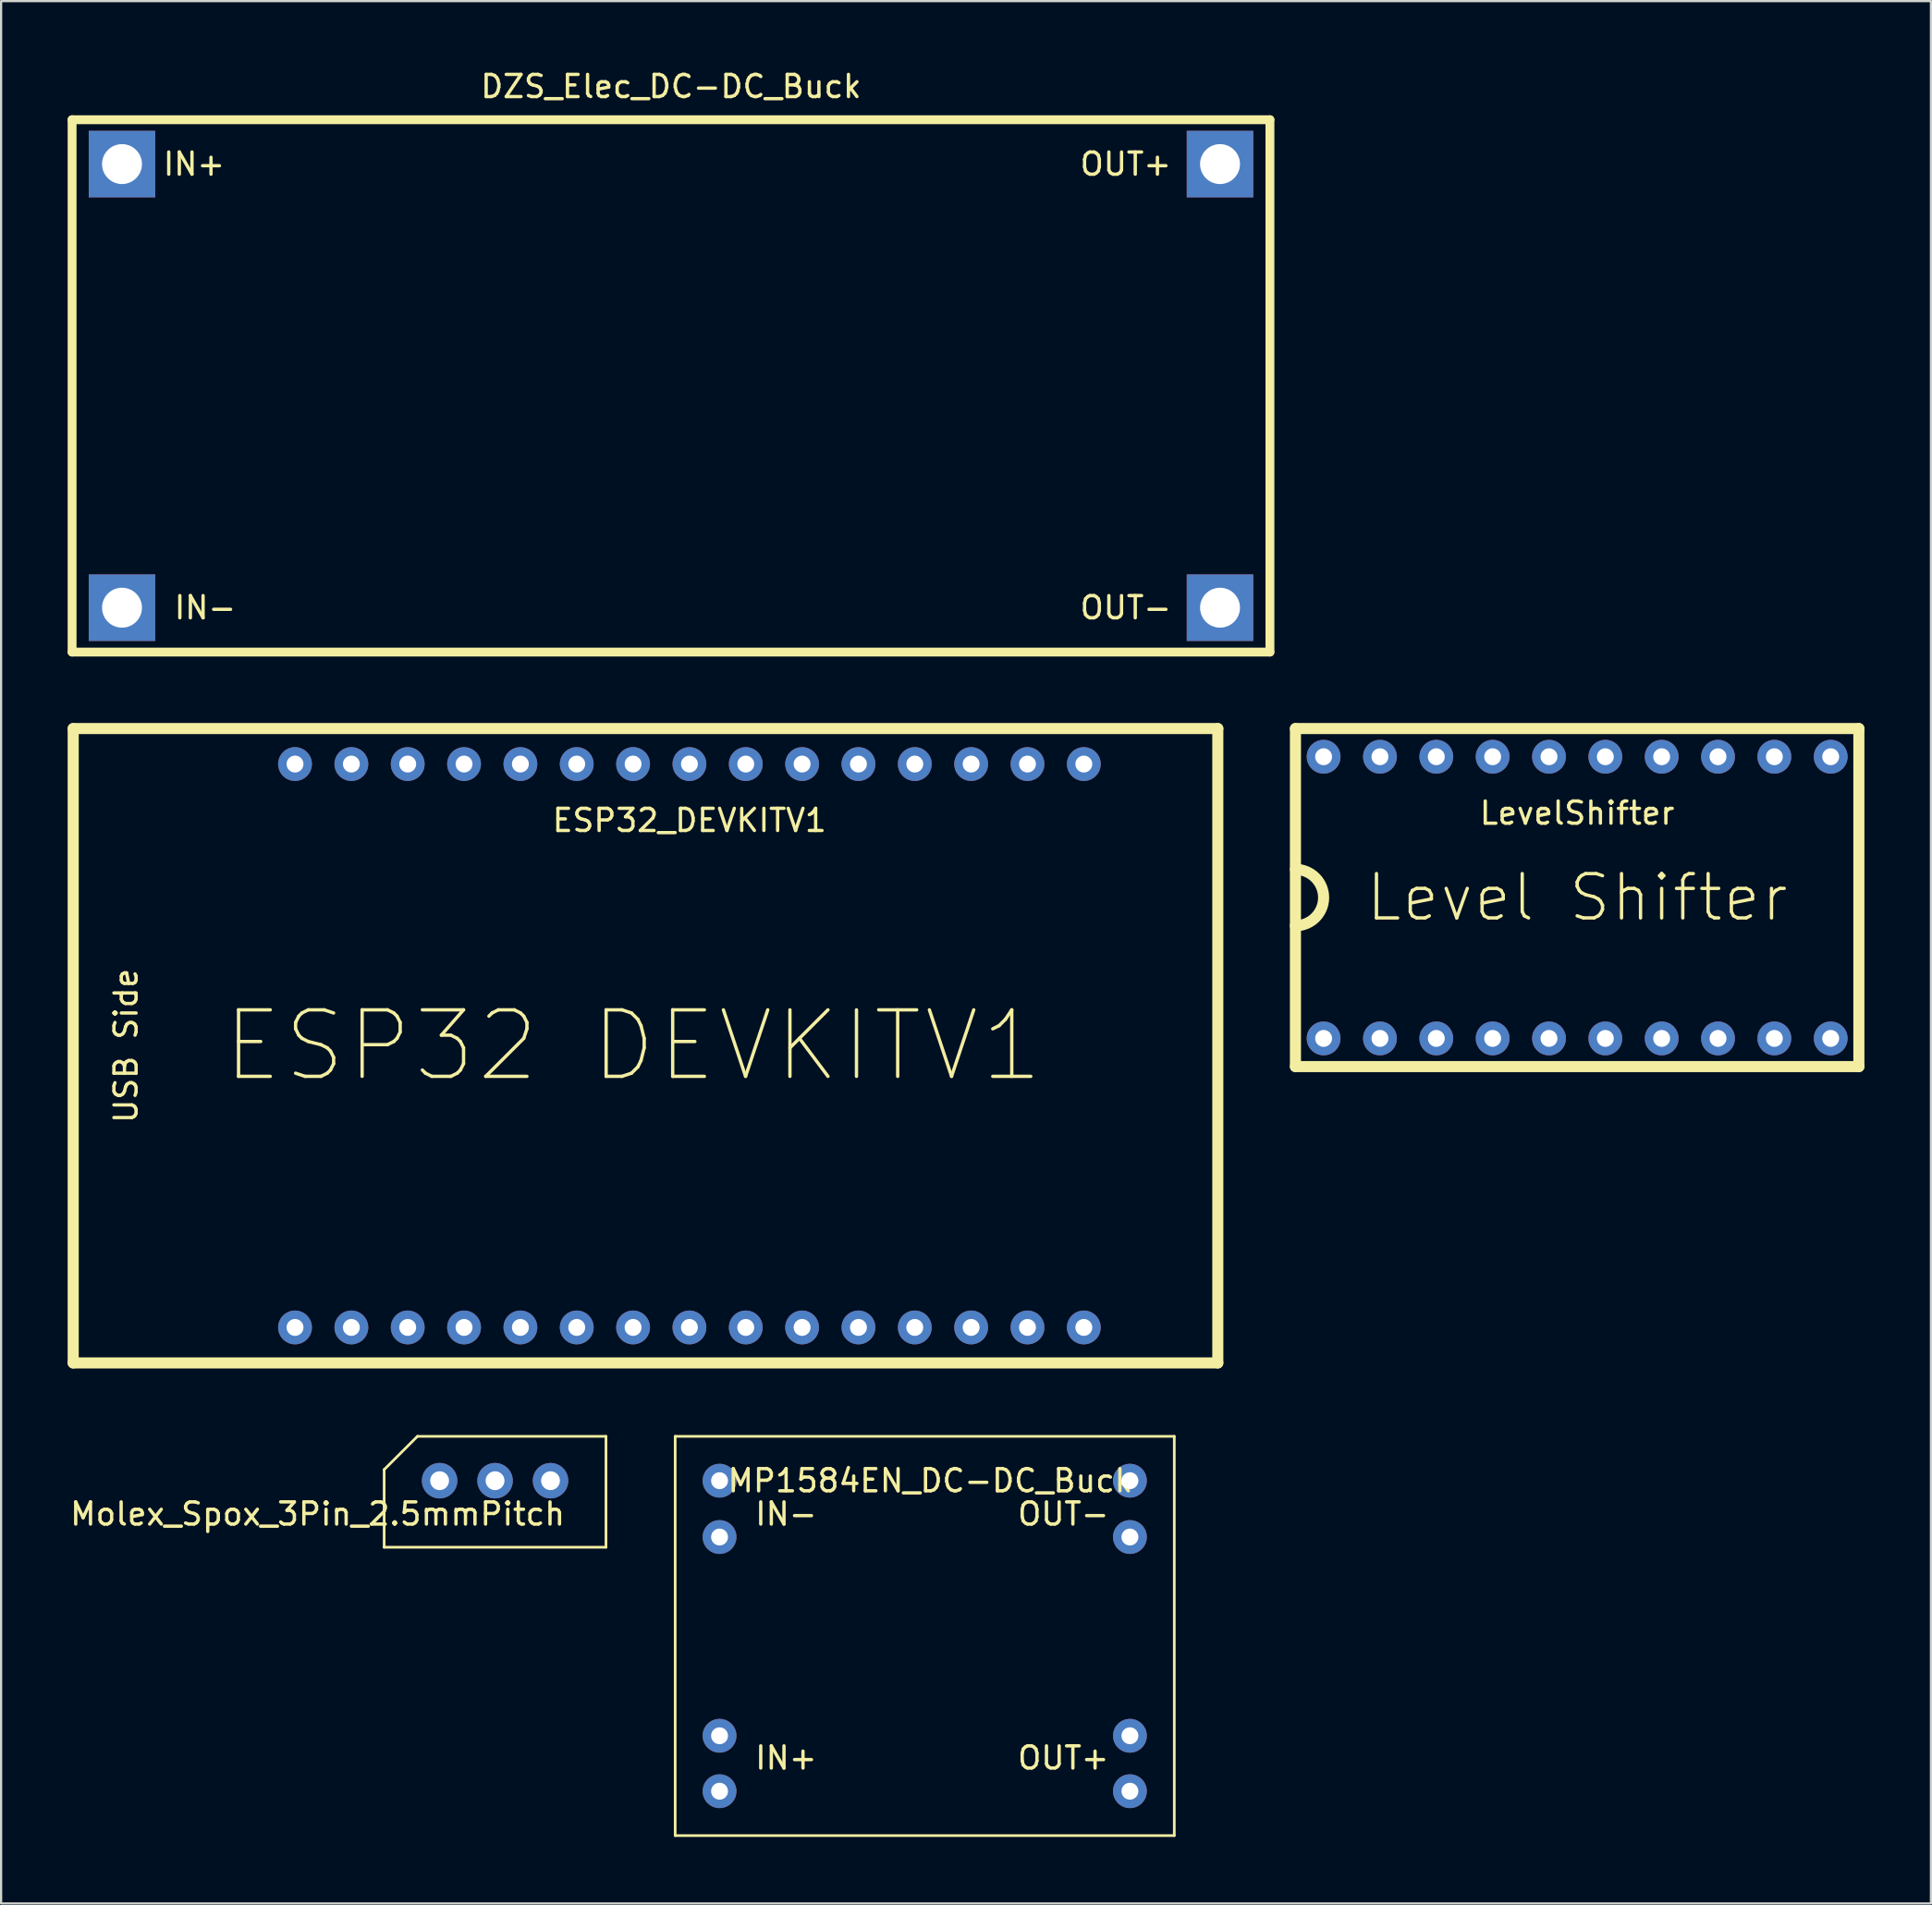
<source format=kicad_pcb>
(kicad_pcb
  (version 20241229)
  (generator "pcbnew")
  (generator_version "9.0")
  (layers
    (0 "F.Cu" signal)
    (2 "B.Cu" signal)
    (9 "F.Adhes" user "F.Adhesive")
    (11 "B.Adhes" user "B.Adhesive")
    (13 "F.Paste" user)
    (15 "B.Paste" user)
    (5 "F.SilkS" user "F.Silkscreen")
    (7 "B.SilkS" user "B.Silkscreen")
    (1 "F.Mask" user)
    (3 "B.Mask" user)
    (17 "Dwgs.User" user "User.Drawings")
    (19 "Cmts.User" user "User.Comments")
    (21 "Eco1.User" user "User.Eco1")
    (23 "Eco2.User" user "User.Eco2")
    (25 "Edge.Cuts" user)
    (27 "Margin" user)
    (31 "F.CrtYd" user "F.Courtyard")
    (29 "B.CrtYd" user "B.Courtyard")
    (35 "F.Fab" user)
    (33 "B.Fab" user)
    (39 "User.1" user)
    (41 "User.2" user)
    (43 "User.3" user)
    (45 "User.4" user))
  (footprint "ESP32_DEVKITV1"
    (layer "F.Cu")
    (at 28.03 44.098)
    (property "Reference" "ESP32_DEVKITV1" (at 0 -10.16 0) (layer "F.SilkS") (effects (font (size 1 1) (thickness 0.15))))
    (attr through_hole)
    (fp_line (start -27.78 -14.3) (end 23.82 -14.3) (stroke (width 0.5) (type solid)) (layer "F.SilkS"))
    (fp_line (start -27.78 14.3) (end -27.78 -14.3) (stroke (width 0.5) (type solid)) (layer "F.SilkS"))
    (fp_line (start 23.82 -14.3) (end 23.82 14.3) (stroke (width 0.5) (type solid)) (layer "F.SilkS"))
    (fp_line (start 23.82 14.3) (end -27.78 14.3) (stroke (width 0.5) (type solid)) (layer "F.SilkS"))
    (fp_text user "ESP32 DEVKITV1" (at -2.54 0 0) (layer "F.SilkS") (effects (font (size 3 3) (thickness 0.15))))
    (fp_text user "USB Side" (at -25.4 0 90) (layer "F.SilkS") (effects (font (size 1 1) (thickness 0.15))))
    (pad "1" thru_hole circle (at -17.78 12.7) (size 1.524 1.524) (drill 0.762) (layers "*.Cu" "*.Mask"))
    (pad "2" thru_hole circle (at -15.24 12.7) (size 1.524 1.524) (drill 0.762) (layers "*.Cu" "*.Mask"))
    (pad "3" thru_hole circle (at -12.7 12.7) (size 1.524 1.524) (drill 0.762) (layers "*.Cu" "*.Mask"))
    (pad "4" thru_hole circle (at -10.16 12.7) (size 1.524 1.524) (drill 0.762) (layers "*.Cu" "*.Mask"))
    (pad "5" thru_hole circle (at -7.62 12.7) (size 1.524 1.524) (drill 0.762) (layers "*.Cu" "*.Mask"))
    (pad "6" thru_hole circle (at -5.08 12.7) (size 1.524 1.524) (drill 0.762) (layers "*.Cu" "*.Mask"))
    (pad "7" thru_hole circle (at -2.54 12.7) (size 1.524 1.524) (drill 0.762) (layers "*.Cu" "*.Mask"))
    (pad "8" thru_hole circle (at 0 12.7) (size 1.524 1.524) (drill 0.762) (layers "*.Cu" "*.Mask"))
    (pad "9" thru_hole circle (at 2.54 12.7) (size 1.524 1.524) (drill 0.762) (layers "*.Cu" "*.Mask"))
    (pad "10" thru_hole circle (at 5.08 12.7) (size 1.524 1.524) (drill 0.762) (layers "*.Cu" "*.Mask"))
    (pad "11" thru_hole circle (at 7.62 12.7) (size 1.524 1.524) (drill 0.762) (layers "*.Cu" "*.Mask"))
    (pad "12" thru_hole circle (at 10.16 12.7) (size 1.524 1.524) (drill 0.762) (layers "*.Cu" "*.Mask"))
    (pad "13" thru_hole circle (at 12.7 12.7) (size 1.524 1.524) (drill 0.762) (layers "*.Cu" "*.Mask"))
    (pad "14" thru_hole circle (at 15.24 12.7) (size 1.524 1.524) (drill 0.762) (layers "*.Cu" "*.Mask"))
    (pad "15" thru_hole circle (at 17.78 12.7) (size 1.524 1.524) (drill 0.762) (layers "*.Cu" "*.Mask"))
    (pad "16" thru_hole circle (at 17.78 -12.7) (size 1.524 1.524) (drill 0.762) (layers "*.Cu" "*.Mask"))
    (pad "17" thru_hole circle (at 15.24 -12.7) (size 1.524 1.524) (drill 0.762) (layers "*.Cu" "*.Mask"))
    (pad "18" thru_hole circle (at 12.7 -12.7) (size 1.524 1.524) (drill 0.762) (layers "*.Cu" "*.Mask"))
    (pad "19" thru_hole circle (at 10.16 -12.7) (size 1.524 1.524) (drill 0.762) (layers "*.Cu" "*.Mask"))
    (pad "20" thru_hole circle (at 7.62 -12.7) (size 1.524 1.524) (drill 0.762) (layers "*.Cu" "*.Mask"))
    (pad "21" thru_hole circle (at 5.08 -12.7) (size 1.524 1.524) (drill 0.762) (layers "*.Cu" "*.Mask"))
    (pad "22" thru_hole circle (at 2.54 -12.7) (size 1.524 1.524) (drill 0.762) (layers "*.Cu" "*.Mask"))
    (pad "23" thru_hole circle (at 0 -12.7) (size 1.524 1.524) (drill 0.762) (layers "*.Cu" "*.Mask"))
    (pad "24" thru_hole circle (at -2.54 -12.7) (size 1.524 1.524) (drill 0.762) (layers "*.Cu" "*.Mask"))
    (pad "25" thru_hole circle (at -5.08 -12.7) (size 1.524 1.524) (drill 0.762) (layers "*.Cu" "*.Mask"))
    (pad "26" thru_hole circle (at -7.62 -12.7) (size 1.524 1.524) (drill 0.762) (layers "*.Cu" "*.Mask"))
    (pad "27" thru_hole circle (at -10.16 -12.7) (size 1.524 1.524) (drill 0.762) (layers "*.Cu" "*.Mask"))
    (pad "28" thru_hole circle (at -12.7 -12.7) (size 1.524 1.524) (drill 0.762) (layers "*.Cu" "*.Mask"))
    (pad "29" thru_hole circle (at -15.24 -12.7) (size 1.524 1.524) (drill 0.762) (layers "*.Cu" "*.Mask"))
    (pad "30" thru_hole circle (at -17.78 -12.7) (size 1.524 1.524) (drill 0.762) (layers "*.Cu" "*.Mask")))
  (footprint "LevelShifter"
    (layer "F.Cu")
    (at 66.78 36.148)
    (property "Reference" "LevelShifter" (at 1.27 -2.54 0) (layer "F.SilkS") (effects (font (size 1 1) (thickness 0.15))))
    (attr through_hole)
    (fp_line (start -11.43 -6.35) (end 13.97 -6.35) (stroke (width 0.5) (type solid)) (layer "F.SilkS"))
    (fp_line (start -11.43 8.89) (end -11.43 -6.35) (stroke (width 0.5) (type solid)) (layer "F.SilkS"))
    (fp_line (start 13.97 -6.35) (end 13.97 8.89) (stroke (width 0.5) (type solid)) (layer "F.SilkS"))
    (fp_line (start 13.97 8.89) (end -11.43 8.89) (stroke (width 0.5) (type solid)) (layer "F.SilkS"))
    (fp_arc (start -11.43 0) (mid -10.16 1.27) (end -11.43 2.54) (stroke (width 0.5) (type solid)) (layer "F.SilkS"))
    (fp_text user "Level Shifter" (at 1.27 1.27 0) (layer "F.SilkS") (effects (font (size 2 2) (thickness 0.15))))
    (pad "1" thru_hole circle (at -10.16 7.62) (size 1.524 1.524) (drill 0.762) (layers "*.Cu" "*.Mask"))
    (pad "2" thru_hole circle (at -7.62 7.62) (size 1.524 1.524) (drill 0.762) (layers "*.Cu" "*.Mask"))
    (pad "3" thru_hole circle (at -5.08 7.62) (size 1.524 1.524) (drill 0.762) (layers "*.Cu" "*.Mask"))
    (pad "4" thru_hole circle (at -2.54 7.62) (size 1.524 1.524) (drill 0.762) (layers "*.Cu" "*.Mask"))
    (pad "5" thru_hole circle (at 0 7.62) (size 1.524 1.524) (drill 0.762) (layers "*.Cu" "*.Mask"))
    (pad "6" thru_hole circle (at 2.54 7.62) (size 1.524 1.524) (drill 0.762) (layers "*.Cu" "*.Mask"))
    (pad "7" thru_hole circle (at 5.08 7.62) (size 1.524 1.524) (drill 0.762) (layers "*.Cu" "*.Mask"))
    (pad "8" thru_hole circle (at 7.62 7.62) (size 1.524 1.524) (drill 0.762) (layers "*.Cu" "*.Mask"))
    (pad "9" thru_hole circle (at 10.16 7.62) (size 1.524 1.524) (drill 0.762) (layers "*.Cu" "*.Mask"))
    (pad "10" thru_hole circle (at 12.7 7.62) (size 1.524 1.524) (drill 0.762) (layers "*.Cu" "*.Mask"))
    (pad "11" thru_hole circle (at 12.7 -5.08) (size 1.524 1.524) (drill 0.762) (layers "*.Cu" "*.Mask"))
    (pad "12" thru_hole circle (at 10.16 -5.08) (size 1.524 1.524) (drill 0.762) (layers "*.Cu" "*.Mask"))
    (pad "13" thru_hole circle (at 7.62 -5.08) (size 1.524 1.524) (drill 0.762) (layers "*.Cu" "*.Mask"))
    (pad "14" thru_hole circle (at 5.08 -5.08) (size 1.524 1.524) (drill 0.762) (layers "*.Cu" "*.Mask"))
    (pad "15" thru_hole circle (at 2.54 -5.08) (size 1.524 1.524) (drill 0.762) (layers "*.Cu" "*.Mask"))
    (pad "16" thru_hole circle (at 0 -5.08) (size 1.524 1.524) (drill 0.762) (layers "*.Cu" "*.Mask"))
    (pad "17" thru_hole circle (at -2.54 -5.08) (size 1.524 1.524) (drill 0.762) (layers "*.Cu" "*.Mask"))
    (pad "18" thru_hole circle (at -5.08 -5.08) (size 1.524 1.524) (drill 0.762) (layers "*.Cu" "*.Mask"))
    (pad "19" thru_hole circle (at -7.62 -5.08) (size 1.524 1.524) (drill 0.762) (layers "*.Cu" "*.Mask"))
    (pad "20" thru_hole circle (at -10.16 -5.08) (size 1.524 1.524) (drill 0.762) (layers "*.Cu" "*.Mask")))
  (footprint "DZS_Elec_DC-DC_Buck"
    (layer "F.Cu")
    (at 27.2 14.348)
    (property "Reference" "DZS_Elec_DC-DC_Buck" (at 0 -13.5 0) (layer "F.SilkS") (effects (font (size 1 1) (thickness 0.15))))
    (attr through_hole)
    (fp_line (start -27 -12) (end 27 -12) (stroke (width 0.4) (type solid)) (layer "F.SilkS"))
    (fp_line (start -27 12) (end -27 -12) (stroke (width 0.4) (type solid)) (layer "F.SilkS"))
    (fp_line (start -27 12) (end 27 12) (stroke (width 0.4) (type solid)) (layer "F.SilkS"))
    (fp_line (start 27 -12) (end 27 12) (stroke (width 0.4) (type solid)) (layer "F.SilkS"))
    (fp_text user "OUT+" (at 20.5 -10 0) (layer "F.SilkS") (effects (font (size 1 1) (thickness 0.15))))
    (fp_text user "IN+" (at -21.5 -10 0) (layer "F.SilkS") (effects (font (size 1 1) (thickness 0.15))))
    (fp_text user "IN-" (at -21 10 0) (layer "F.SilkS") (effects (font (size 1 1) (thickness 0.15))))
    (fp_text user "OUT-" (at 20.5 10 0) (layer "F.SilkS") (effects (font (size 1 1) (thickness 0.15))))
    (pad "1" thru_hole rect (at -24.75 10) (size 3 3) (drill 1.8) (layers "*.Cu" "*.Mask"))
    (pad "2" thru_hole rect (at 24.75 10) (size 3 3) (drill 1.8) (layers "*.Cu" "*.Mask"))
    (pad "3" thru_hole rect (at 24.75 -10) (size 3 3) (drill 1.8) (layers "*.Cu" "*.Mask"))
    (pad "4" thru_hole rect (at -24.75 -10) (size 3 3) (drill 1.8) (layers "*.Cu" "*.Mask")))
  (footprint "Molex_Spox_3Pin_2.5mmPitch"
    (layer "F.Cu")
    (at 19.268 63.708)
    (property "Reference" "Molex_Spox_3Pin_2.5mmPitch" (at -8 1.5 0) (layer "F.SilkS") (effects (font (size 1 1) (thickness 0.15))))
    (attr through_hole)
    (fp_line (start -5 -0.5) (end -5 3) (stroke (width 0.12) (type solid)) (layer "F.SilkS"))
    (fp_line (start -3.5 -2) (end -5 -0.5) (stroke (width 0.12) (type solid)) (layer "F.SilkS"))
    (fp_line (start 5 -2) (end -3.5 -2) (stroke (width 0.12) (type solid)) (layer "F.SilkS"))
    (fp_line (start 5 -2) (end 5 3) (stroke (width 0.12) (type solid)) (layer "F.SilkS"))
    (fp_line (start 5 3) (end -5 3) (stroke (width 0.12) (type solid)) (layer "F.SilkS"))
    (pad "1" thru_hole circle (at -2.5 0) (size 1.6 1.6) (drill 0.85) (layers "*.Cu" "*.Mask"))
    (pad "2" thru_hole circle (at 0 0) (size 1.6 1.6) (drill 0.85) (layers "*.Cu" "*.Mask"))
    (pad "3" thru_hole circle (at 2.5 0) (size 1.6 1.6) (drill 0.85) (layers "*.Cu" "*.Mask")))
  (footprint "MP1584EN_DC-DC_Buck"
    (layer "F.Cu")
    (at 29.388 63.708)
    (property "Reference" "MP1584EN_DC-DC_Buck" (at 9.5 0 0) (layer "F.SilkS") (effects (font (size 1 1) (thickness 0.15))))
    (attr through_hole)
    (fp_line (start -2 -2) (end -2 16) (stroke (width 0.12) (type solid)) (layer "F.SilkS"))
    (fp_line (start -2 -2) (end 20.5 -2) (stroke (width 0.12) (type solid)) (layer "F.SilkS"))
    (fp_line (start -2 16) (end 20.5 16) (stroke (width 0.12) (type solid)) (layer "F.SilkS"))
    (fp_line (start 20.5 -2) (end 20.5 16) (stroke (width 0.12) (type solid)) (layer "F.SilkS"))
    (fp_text user "IN-" (at 3 1.5 0) (layer "F.SilkS") (effects (font (size 1 1) (thickness 0.15))))
    (fp_text user "IN+" (at 3 12.5 0) (layer "F.SilkS") (effects (font (size 1 1) (thickness 0.15))))
    (fp_text user "OUT-" (at 15.5 1.5 0) (layer "F.SilkS") (effects (font (size 1 1) (thickness 0.15))))
    (fp_text user "OUT+" (at 15.5 12.5 0) (layer "F.SilkS") (effects (font (size 1 1) (thickness 0.15))))
    (pad "1" thru_hole circle (at 0 0) (size 1.524 1.524) (drill 0.762) (layers "*.Cu" "*.Mask"))
    (pad "1" thru_hole circle (at 0 2.54) (size 1.524 1.524) (drill 0.762) (layers "*.Cu" "*.Mask"))
    (pad "2" thru_hole circle (at 18.5 0) (size 1.524 1.524) (drill 0.762) (layers "*.Cu" "*.Mask"))
    (pad "2" thru_hole circle (at 18.5 2.54) (size 1.524 1.524) (drill 0.762) (layers "*.Cu" "*.Mask"))
    (pad "3" thru_hole circle (at 18.5 11.5) (size 1.524 1.524) (drill 0.762) (layers "*.Cu" "*.Mask"))
    (pad "3" thru_hole circle (at 18.5 14) (size 1.524 1.524) (drill 0.762) (layers "*.Cu" "*.Mask"))
    (pad "4" thru_hole circle (at 0 11.5) (size 1.524 1.524) (drill 0.762) (layers "*.Cu" "*.Mask"))
    (pad "4" thru_hole circle (at 0 14) (size 1.524 1.524) (drill 0.762) (layers "*.Cu" "*.Mask")))
  (gr_rect
    (start -3 -3)
    (end 84 82.768)
    (stroke (width 0.1) (type default))
    (fill no)
    (layer "Edge.Cuts")))
</source>
